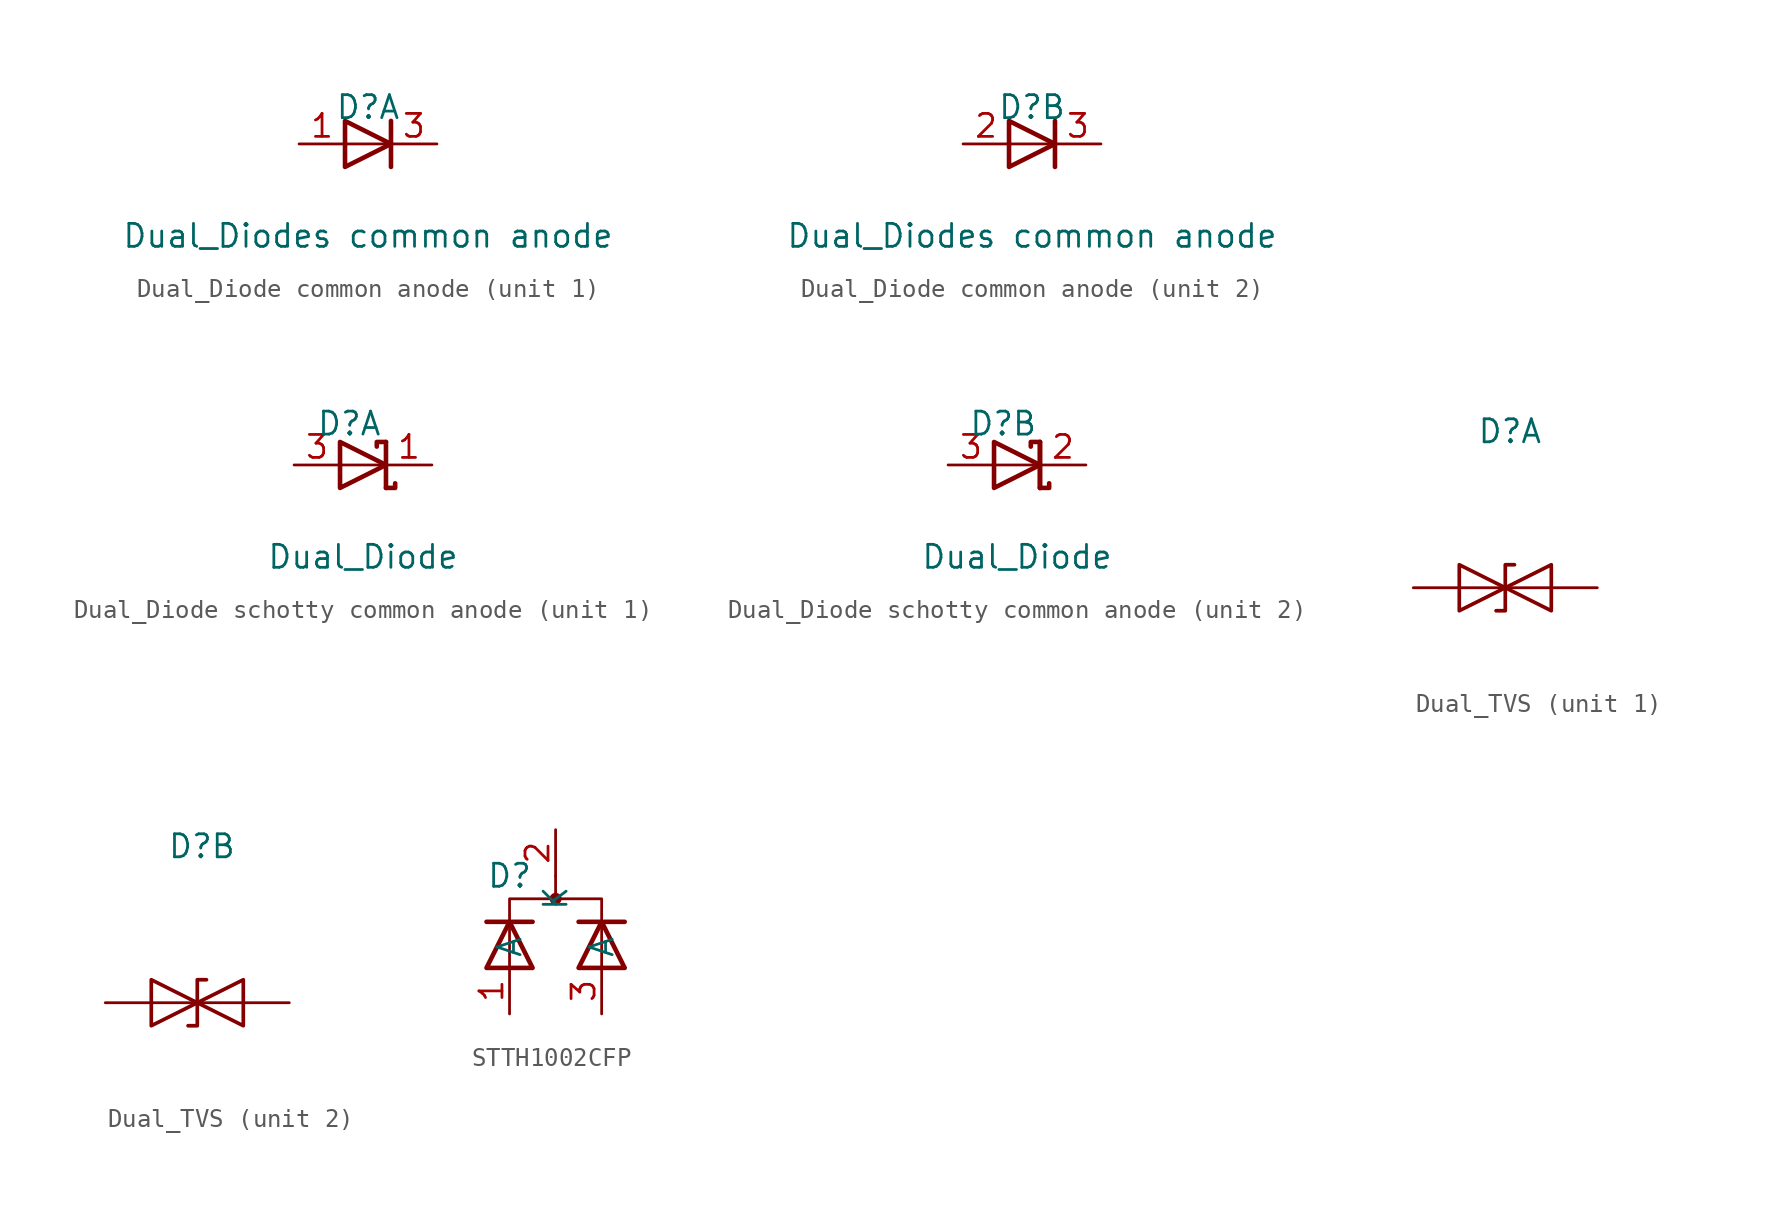
<source format=kicad_sym>
(kicad_symbol_lib
  (version 20231120)
  (generator "kicad_symbol_editor")
  (generator_version "8.0")
  (symbol "Dual_Diode common anode"
    (pin_names
      (offset 0.762) hide)
    (property "Reference" "D"
      (at 0 2.032 0)
      (effects (font (size 1.27 1.27))))
    (property "Value" "Dual_Diodes common anode"
      (at 0 -5.08 0)
      (effects (font (size 1.27 1.27))))
    (property "ki_locked" ""
      (at 0 0 0)
      (effects (font (size 1.27 1.27))))
    (symbol "Dual_Diode common anode_0_1"
      (pin passive line (at 3.81 0 180) (length 2.54) (name "A" (effects (font (size 1.27 1.27)))) (number "3" (effects (font (size 1.27 1.27))))))
    (symbol "Dual_Diode common anode_1_0"
      (polyline (pts (xy 1.27 1.27) (xy 1.27 -1.27)) (stroke (width 0.254) (type default)) (fill (type none))))
    (symbol "Dual_Diode common anode_1_1"
      (polyline (pts (xy -1.27 0) (xy 1.27 0)) (stroke (width 0) (type default)) (fill (type none)))
      (polyline (pts (xy -1.27 1.27) (xy 1.27 0) (xy -1.27 -1.27) (xy -1.27 1.27) (xy -1.27 1.27) (xy -1.27 1.27)) (stroke (width 0.254) (type default)) (fill (type none)))
      (pin passive line (at -3.81 0 0) (length 2.54) (name "K1" (effects (font (size 1.27 1.27)))) (number "1" (effects (font (size 1.27 1.27))))))
    (symbol "Dual_Diode common anode_2_0"
      (polyline (pts (xy 1.27 1.27) (xy 1.27 -1.27)) (stroke (width 0.254) (type default)) (fill (type none))))
    (symbol "Dual_Diode common anode_2_1"
      (polyline (pts (xy -1.27 0) (xy 1.27 0)) (stroke (width 0) (type default)) (fill (type none)))
      (polyline (pts (xy -1.27 1.27) (xy 1.27 0) (xy -1.27 -1.27) (xy -1.27 1.27) (xy -1.27 1.27) (xy -1.27 1.27)) (stroke (width 0.254) (type default)) (fill (type none)))
      (pin passive line (at -3.81 0 0) (length 2.54) (name "K2" (effects (font (size 1.27 1.27)))) (number "2" (effects (font (size 1.27 1.27)))))))
  (symbol "Dual_Diode schotty common anode"
    (pin_names
      (offset 0.762) hide)
    (property "Reference" "D"
      (at -0.762 2.286 0)
      (effects (font (size 1.27 1.27))))
    (property "Value" "Dual_Diode"
      (at 0 -5.08 0)
      (effects (font (size 1.27 1.27))))
    (property "ki_locked" ""
      (at 0 0 0)
      (effects (font (size 1.27 1.27))))
    (symbol "Dual_Diode schotty common anode_0_1"
      (polyline (pts (xy -1.27 0) (xy 1.27 0)) (stroke (width 0) (type default)) (fill (type none)))
      (polyline (pts (xy 1.27 1.27) (xy 1.27 -1.27) (xy 1.27 -1.27)) (stroke (width 0.254) (type default)) (fill (type none)))
      (polyline (pts (xy 1.27 -1.27) (xy 1.778 -1.27) (xy 1.778 -1.016) (xy 1.778 -1.016)) (stroke (width 0.254) (type default)) (fill (type none)))
      (polyline (pts (xy 1.27 1.27) (xy 0.762 1.27) (xy 0.762 1.016) (xy 0.762 1.016)) (stroke (width 0.254) (type default)) (fill (type none)))
      (polyline (pts (xy -1.27 1.27) (xy 1.27 0) (xy -1.27 -1.27) (xy -1.27 1.27) (xy -1.27 1.27) (xy -1.27 1.27)) (stroke (width 0.254) (type default)) (fill (type none)))
      (pin passive line (at -3.81 0 0) (length 2.54) (name "A" (effects (font (size 1.27 1.27)))) (number "3" (effects (font (size 1.27 1.27))))))
    (symbol "Dual_Diode schotty common anode_1_1"
      (pin passive line (at 3.81 0 180) (length 2.54) (name "K1" (effects (font (size 1.27 1.27)))) (number "1" (effects (font (size 1.27 1.27))))))
    (symbol "Dual_Diode schotty common anode_2_0"
      (polyline (pts (xy 1.27 1.27) (xy 1.27 -1.27)) (stroke (width 0.254) (type default)) (fill (type none))))
    (symbol "Dual_Diode schotty common anode_2_1"
      (pin passive line (at 3.81 0 180) (length 2.54) (name "K2" (effects (font (size 1.27 1.27)))) (number "2" (effects (font (size 1.27 1.27)))))))
  (symbol "Dual_TVS"
    (pin_numbers hide)
    (pin_names hide)
    (property "Reference" "D"
      (at 0.254 8.636 0)
      (effects (font (size 1.27 1.27))))
    (property "Value" ""
      (at 8.89 -3.81 0)
      (effects (font (size 1.27 1.27))))
    (property "ki_locked" ""
      (at 0 0 0)
      (effects (font (size 1.27 1.27))))
    (symbol "Dual_TVS_0_1"
      (polyline (pts (xy -2.54 0) (xy 2.54 0)) (stroke (width 0) (type default)) (fill (type none)))
      (polyline (pts (xy -0.508 -1.27) (xy 0 -1.27) (xy 0 1.27) (xy 0.508 1.27)) (stroke (width 0.203) (type default)) (fill (type none)))
      (polyline (pts (xy 2.54 1.27) (xy 2.54 -1.27) (xy -2.54 1.27) (xy -2.54 -1.27) (xy 2.54 1.27)) (stroke (width 0.203) (type default)) (fill (type none)))
      (pin passive line (at 5.08 0 180) (length 2.54) (name "common" (effects (font (size 1.27 1.27)))) (number "3" (effects (font (size 1.27 1.27))))))
    (symbol "Dual_TVS_1_1"
      (pin passive line (at -5.08 0 0) (length 2.54) (name "A1" (effects (font (size 1.27 1.27)))) (number "1" (effects (font (size 1.27 1.27))))))
    (symbol "Dual_TVS_2_1"
      (pin passive line (at -5.08 0 0) (length 2.54) (name "A2" (effects (font (size 1.27 1.27)))) (number "2" (effects (font (size 1.27 1.27)))))))
  (symbol "STTH1002CFP"
    (property "Reference" "D"
      (at -2.54 2.54 0)
      (effects (font (size 1.27 1.27))))
    (property "Value" ""
      (at 0 0 0)
      (effects (font (size 1.27 1.27))))
    (symbol "STTH1002CFP_0_0"
      (polyline (pts (xy -3.81 0) (xy -1.27 0)) (stroke (width 0.254) (type default)) (fill (type none)))
      (polyline (pts (xy 1.27 0) (xy 3.81 0)) (stroke (width 0.254) (type default)) (fill (type none))))
    (symbol "STTH1002CFP_0_1"
      (polyline (pts (xy 0 1.27) (xy 0 2.54)) (stroke (width 0) (type default)) (fill (type none)))
      (polyline (pts (xy 2.54 -2.54) (xy 2.54 1.27) (xy -2.54 1.27) (xy -2.54 -2.54)) (stroke (width 0) (type default)) (fill (type none)))
      (polyline (pts (xy -3.81 -2.54) (xy -2.54 0) (xy -1.27 -2.54) (xy -3.81 -2.54) (xy -3.81 -2.54) (xy -3.81 -2.54)) (stroke (width 0.254) (type default)) (fill (type none)))
      (polyline (pts (xy 1.27 -2.54) (xy 2.54 0) (xy 3.81 -2.54) (xy 1.27 -2.54) (xy 1.27 -2.54) (xy 1.27 -2.54)) (stroke (width 0.254) (type default)) (fill (type none)))
      (circle (center 0 1.27) (radius 0.254) (stroke (width 0) (type default)) (fill (type outline)))
      (pin passive line (at -2.54 -5.08 90) (length 2.54) (name "A" (effects (font (size 1.27 1.27)))) (number "1" (effects (font (size 1.27 1.27)))))
      (pin passive line (at 2.54 -5.08 90) (length 2.54) (name "A" (effects (font (size 1.27 1.27)))) (number "3" (effects (font (size 1.27 1.27))))))
    (symbol "STTH1002CFP_1_1"
      (pin passive line (at 0 5.08 270) (length 2.54) (name "K" (effects (font (size 1.27 1.27)))) (number "2" (effects (font (size 1.27 1.27))))))))
</source>
